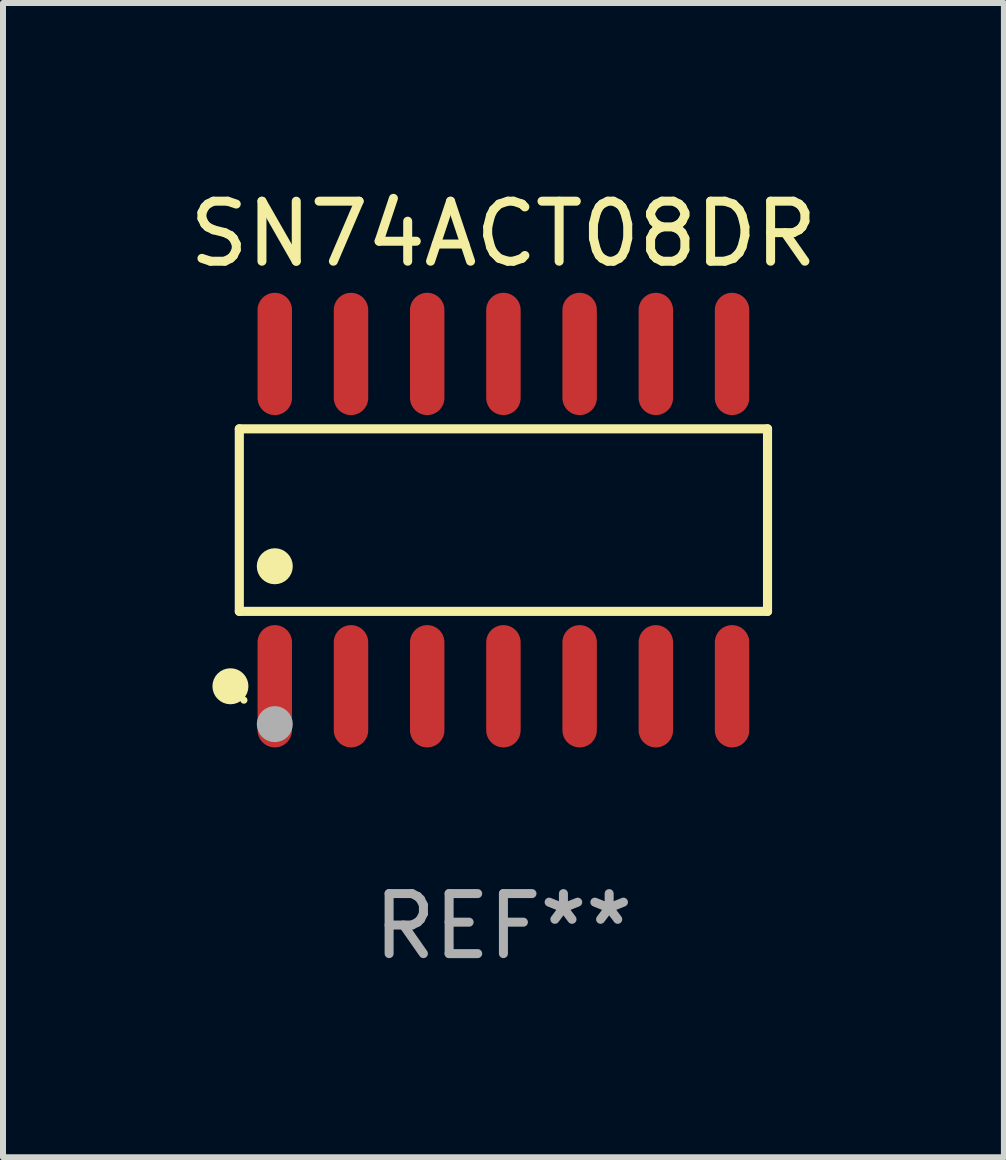
<source format=kicad_pcb>
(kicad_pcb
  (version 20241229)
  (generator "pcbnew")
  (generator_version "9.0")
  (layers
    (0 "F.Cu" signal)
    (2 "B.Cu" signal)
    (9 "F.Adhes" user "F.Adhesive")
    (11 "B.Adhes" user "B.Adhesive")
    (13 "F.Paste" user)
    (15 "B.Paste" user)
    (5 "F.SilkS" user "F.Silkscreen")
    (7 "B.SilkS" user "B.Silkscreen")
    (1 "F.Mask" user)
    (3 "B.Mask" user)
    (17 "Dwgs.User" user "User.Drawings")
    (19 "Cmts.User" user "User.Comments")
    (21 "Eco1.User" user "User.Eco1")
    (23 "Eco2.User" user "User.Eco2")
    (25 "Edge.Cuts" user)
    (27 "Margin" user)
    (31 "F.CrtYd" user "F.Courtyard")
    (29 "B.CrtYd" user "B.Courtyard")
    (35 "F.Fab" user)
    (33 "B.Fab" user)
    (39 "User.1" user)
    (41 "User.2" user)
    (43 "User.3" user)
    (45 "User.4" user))
  (footprint "SN74ACT08DR"
    (layer "F.Cu")
    (at 5.339 5.617)
    (property "Reference" "SN74ACT08DR" (at 0 -4.769 0) (layer "F.SilkS") (effects (font (size 1 1) (thickness 0.15))))
    (attr through_hole)
    (fp_line (start -4.401 -1.521) (end 4.401 -1.521) (stroke (width 0.152) (type solid)) (layer "F.SilkS"))
    (fp_line (start -4.401 1.521) (end -4.401 -1.521) (stroke (width 0.152) (type solid)) (layer "F.SilkS"))
    (fp_line (start 4.401 -1.521) (end 4.401 1.521) (stroke (width 0.152) (type solid)) (layer "F.SilkS"))
    (fp_line (start 4.401 1.521) (end -4.401 1.521) (stroke (width 0.152) (type solid)) (layer "F.SilkS"))
    (fp_circle (center -4.549 2.769) (end -4.399 2.769) (stroke (width 0.3) (type solid)) (fill no) (layer "F.SilkS"))
    (fp_circle (center -4.325 3) (end -4.295 3) (stroke (width 0.06) (type solid)) (fill no) (layer "F.SilkS"))
    (fp_circle (center -3.81 0.769) (end -3.66 0.769) (stroke (width 0.3) (type solid)) (fill no) (layer "F.SilkS"))
    (fp_circle (center -3.81 3.4) (end -3.66 3.4) (stroke (width 0.3) (type solid)) (fill no) (layer "F.Fab"))
    (fp_text user "REF**" (at 0 6.769 0) (layer "F.Fab") (effects (font (size 1 1) (thickness 0.15))))
    (pad "1" smd oval (at -3.81 2.769) (size 0.574 2.038) (layers "F.Cu" "F.Mask" "F.Paste"))
    (pad "2" smd oval (at -2.54 2.769) (size 0.574 2.038) (layers "F.Cu" "F.Mask" "F.Paste"))
    (pad "3" smd oval (at -1.27 2.769) (size 0.574 2.038) (layers "F.Cu" "F.Mask" "F.Paste"))
    (pad "4" smd oval (at 0 2.769) (size 0.574 2.038) (layers "F.Cu" "F.Mask" "F.Paste"))
    (pad "5" smd oval (at 1.27 2.769) (size 0.574 2.038) (layers "F.Cu" "F.Mask" "F.Paste"))
    (pad "6" smd oval (at 2.54 2.769) (size 0.574 2.038) (layers "F.Cu" "F.Mask" "F.Paste"))
    (pad "7" smd oval (at 3.81 2.769) (size 0.574 2.038) (layers "F.Cu" "F.Mask" "F.Paste"))
    (pad "8" smd oval (at 3.81 -2.769) (size 0.574 2.038) (layers "F.Cu" "F.Mask" "F.Paste"))
    (pad "9" smd oval (at 2.54 -2.769) (size 0.574 2.038) (layers "F.Cu" "F.Mask" "F.Paste"))
    (pad "10" smd oval (at 1.27 -2.769) (size 0.574 2.038) (layers "F.Cu" "F.Mask" "F.Paste"))
    (pad "11" smd oval (at 0 -2.769) (size 0.574 2.038) (layers "F.Cu" "F.Mask" "F.Paste"))
    (pad "12" smd oval (at -1.27 -2.769) (size 0.574 2.038) (layers "F.Cu" "F.Mask" "F.Paste"))
    (pad "13" smd oval (at -2.54 -2.769) (size 0.574 2.038) (layers "F.Cu" "F.Mask" "F.Paste"))
    (pad "14" smd oval (at -3.81 -2.769) (size 0.574 2.038) (layers "F.Cu" "F.Mask" "F.Paste")))
  (gr_rect
    (start -3 -3)
    (end 13.679 16.235)
    (stroke (width 0.1) (type default))
    (fill no)
    (layer "Edge.Cuts")))
</source>
